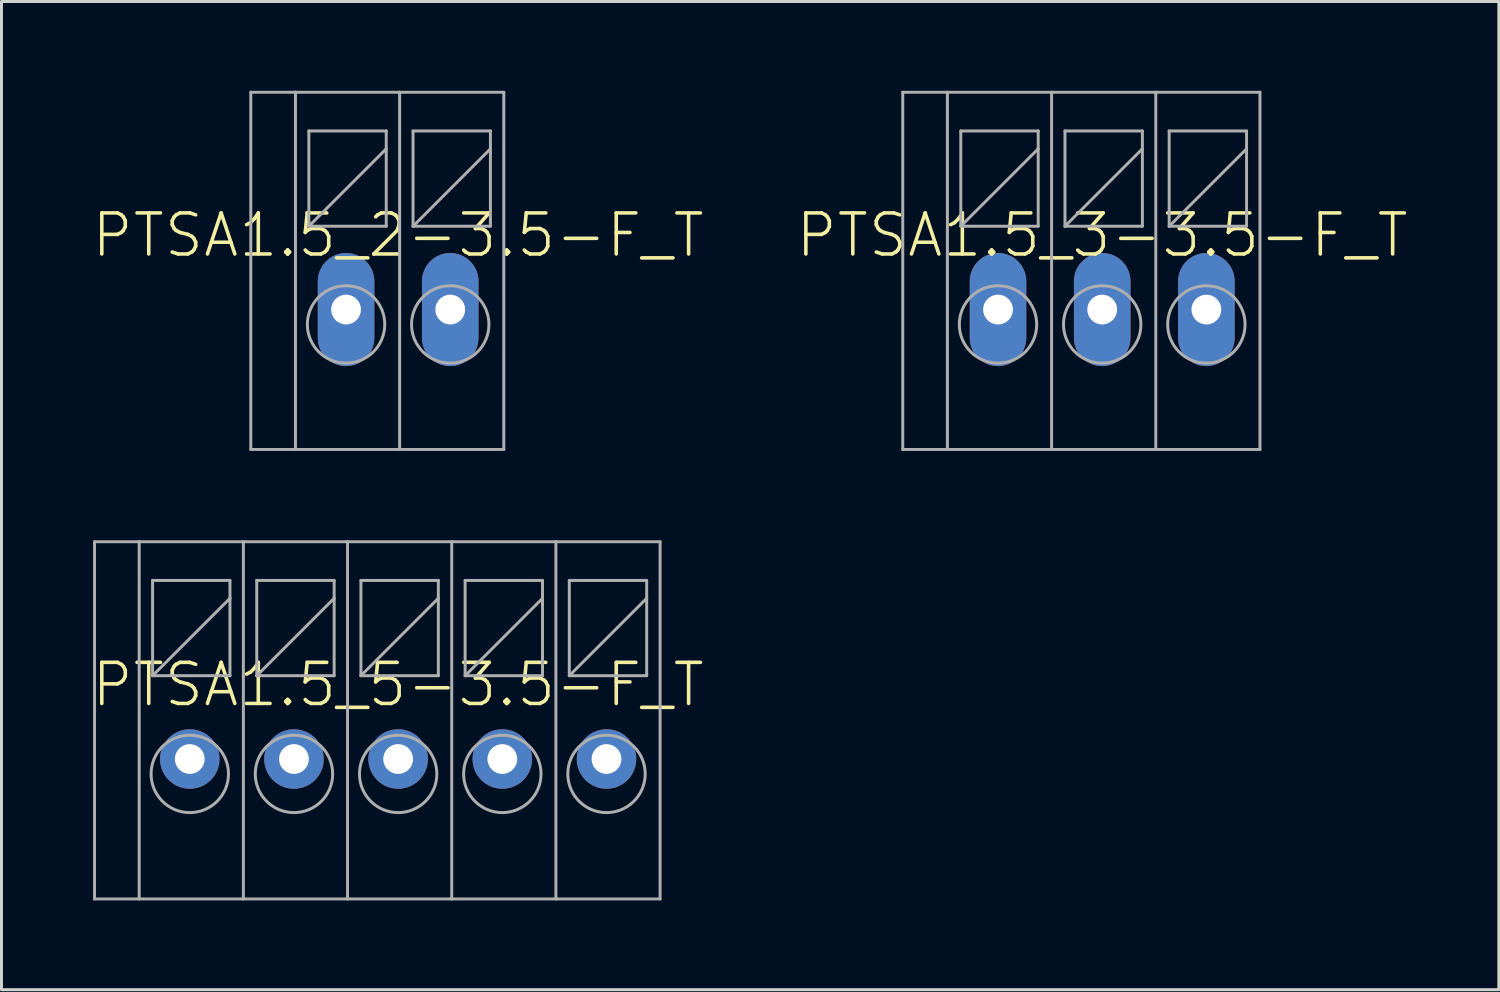
<source format=kicad_pcb>
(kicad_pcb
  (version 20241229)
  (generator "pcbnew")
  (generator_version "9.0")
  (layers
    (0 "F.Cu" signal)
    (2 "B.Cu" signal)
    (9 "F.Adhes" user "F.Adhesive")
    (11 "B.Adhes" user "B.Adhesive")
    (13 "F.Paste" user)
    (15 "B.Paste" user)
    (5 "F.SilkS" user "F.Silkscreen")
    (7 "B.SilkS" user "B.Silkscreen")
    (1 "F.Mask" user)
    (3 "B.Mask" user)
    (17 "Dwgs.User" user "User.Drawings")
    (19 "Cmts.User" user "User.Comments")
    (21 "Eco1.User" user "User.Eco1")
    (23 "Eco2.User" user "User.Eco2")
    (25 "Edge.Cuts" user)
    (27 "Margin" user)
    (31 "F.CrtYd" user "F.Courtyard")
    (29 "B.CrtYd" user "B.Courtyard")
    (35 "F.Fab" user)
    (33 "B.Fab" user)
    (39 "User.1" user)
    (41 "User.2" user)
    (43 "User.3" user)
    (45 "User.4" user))
  (footprint "PTSA1.5_5-3.5-F_T"
    (layer "F.Cu")
    (at 10.326 19.95)
    (property "Reference" "PTSA1.5_5-3.5-F_T" (at 0 0 0) (unlocked yes) (layer "F.SilkS") (effects (font (size 1.38 1.38) (thickness 0.12))))
    (fp_line (start -10.2 -4.8) (end -10.2 7.2) (stroke (width 0.1) (type solid)) (layer "F.Fab"))
    (fp_line (start -10.2 -4.8) (end -8.7 -4.8) (stroke (width 0.1) (type solid)) (layer "F.Fab"))
    (fp_line (start -10.2 7.2) (end -8.7 7.2) (stroke (width 0.1) (type solid)) (layer "F.Fab"))
    (fp_line (start -8.7 -4.8) (end -8.7 7.2) (stroke (width 0.1) (type solid)) (layer "F.Fab"))
    (fp_line (start -8.7 -4.8) (end -5.2 -4.8) (stroke (width 0.1) (type solid)) (layer "F.Fab"))
    (fp_line (start -8.7 7.2) (end -5.2 7.2) (stroke (width 0.1) (type solid)) (layer "F.Fab"))
    (fp_line (start -8.25 -3.5) (end -8.25 -0.3) (stroke (width 0.1) (type solid)) (layer "F.Fab"))
    (fp_line (start -8.25 -0.3) (end -5.65 -2.9) (stroke (width 0.1) (type solid)) (layer "F.Fab"))
    (fp_line (start -8.25 -0.3) (end -5.65 -0.3) (stroke (width 0.1) (type solid)) (layer "F.Fab"))
    (fp_line (start -5.65 -3.5) (end -8.25 -3.5) (stroke (width 0.1) (type solid)) (layer "F.Fab"))
    (fp_line (start -5.65 -2.9) (end -5.65 -3.5) (stroke (width 0.1) (type solid)) (layer "F.Fab"))
    (fp_line (start -5.65 -0.3) (end -5.65 -2.9) (stroke (width 0.1) (type solid)) (layer "F.Fab"))
    (fp_line (start -5.2 -4.8) (end -5.2 7.2) (stroke (width 0.1) (type solid)) (layer "F.Fab"))
    (fp_line (start -5.2 -4.8) (end -1.7 -4.8) (stroke (width 0.1) (type solid)) (layer "F.Fab"))
    (fp_line (start -5.2 7.2) (end -1.7 7.2) (stroke (width 0.1) (type solid)) (layer "F.Fab"))
    (fp_line (start -4.75 -3.5) (end -4.75 -0.3) (stroke (width 0.1) (type solid)) (layer "F.Fab"))
    (fp_line (start -4.75 -0.3) (end -2.15 -2.9) (stroke (width 0.1) (type solid)) (layer "F.Fab"))
    (fp_line (start -4.75 -0.3) (end -2.15 -0.3) (stroke (width 0.1) (type solid)) (layer "F.Fab"))
    (fp_line (start -2.15 -3.5) (end -4.75 -3.5) (stroke (width 0.1) (type solid)) (layer "F.Fab"))
    (fp_line (start -2.15 -2.9) (end -2.15 -3.5) (stroke (width 0.1) (type solid)) (layer "F.Fab"))
    (fp_line (start -2.15 -0.3) (end -2.15 -2.9) (stroke (width 0.1) (type solid)) (layer "F.Fab"))
    (fp_line (start -1.7 -4.8) (end -1.7 7.2) (stroke (width 0.1) (type solid)) (layer "F.Fab"))
    (fp_line (start -1.7 -4.8) (end 1.8 -4.8) (stroke (width 0.1) (type solid)) (layer "F.Fab"))
    (fp_line (start -1.7 7.2) (end 1.8 7.2) (stroke (width 0.1) (type solid)) (layer "F.Fab"))
    (fp_line (start -1.25 -3.5) (end -1.25 -0.3) (stroke (width 0.1) (type solid)) (layer "F.Fab"))
    (fp_line (start -1.25 -0.3) (end 1.35 -2.9) (stroke (width 0.1) (type solid)) (layer "F.Fab"))
    (fp_line (start -1.25 -0.3) (end 1.35 -0.3) (stroke (width 0.1) (type solid)) (layer "F.Fab"))
    (fp_line (start 1.35 -3.5) (end -1.25 -3.5) (stroke (width 0.1) (type solid)) (layer "F.Fab"))
    (fp_line (start 1.35 -2.9) (end 1.35 -3.5) (stroke (width 0.1) (type solid)) (layer "F.Fab"))
    (fp_line (start 1.35 -0.3) (end 1.35 -2.9) (stroke (width 0.1) (type solid)) (layer "F.Fab"))
    (fp_line (start 1.8 -4.8) (end 1.8 7.2) (stroke (width 0.1) (type solid)) (layer "F.Fab"))
    (fp_line (start 1.8 -4.8) (end 5.3 -4.8) (stroke (width 0.1) (type solid)) (layer "F.Fab"))
    (fp_line (start 1.8 7.2) (end 5.3 7.2) (stroke (width 0.1) (type solid)) (layer "F.Fab"))
    (fp_line (start 2.25 -3.5) (end 2.25 -0.3) (stroke (width 0.1) (type solid)) (layer "F.Fab"))
    (fp_line (start 2.25 -0.3) (end 4.85 -2.9) (stroke (width 0.1) (type solid)) (layer "F.Fab"))
    (fp_line (start 2.25 -0.3) (end 4.85 -0.3) (stroke (width 0.1) (type solid)) (layer "F.Fab"))
    (fp_line (start 4.85 -3.5) (end 2.25 -3.5) (stroke (width 0.1) (type solid)) (layer "F.Fab"))
    (fp_line (start 4.85 -2.9) (end 4.85 -3.5) (stroke (width 0.1) (type solid)) (layer "F.Fab"))
    (fp_line (start 4.85 -0.3) (end 4.85 -2.9) (stroke (width 0.1) (type solid)) (layer "F.Fab"))
    (fp_line (start 5.3 -4.8) (end 5.3 7.2) (stroke (width 0.1) (type solid)) (layer "F.Fab"))
    (fp_line (start 5.3 -4.8) (end 8.8 -4.8) (stroke (width 0.1) (type solid)) (layer "F.Fab"))
    (fp_line (start 5.3 7.2) (end 8.8 7.2) (stroke (width 0.1) (type solid)) (layer "F.Fab"))
    (fp_line (start 5.75 -3.5) (end 5.75 -0.3) (stroke (width 0.1) (type solid)) (layer "F.Fab"))
    (fp_line (start 5.75 -0.3) (end 8.35 -2.9) (stroke (width 0.1) (type solid)) (layer "F.Fab"))
    (fp_line (start 5.75 -0.3) (end 8.35 -0.3) (stroke (width 0.1) (type solid)) (layer "F.Fab"))
    (fp_line (start 8.35 -3.5) (end 5.75 -3.5) (stroke (width 0.1) (type solid)) (layer "F.Fab"))
    (fp_line (start 8.35 -2.9) (end 8.35 -3.5) (stroke (width 0.1) (type solid)) (layer "F.Fab"))
    (fp_line (start 8.35 -0.3) (end 8.35 -2.9) (stroke (width 0.1) (type solid)) (layer "F.Fab"))
    (fp_line (start 8.8 -4.8) (end 8.8 7.2) (stroke (width 0.1) (type solid)) (layer "F.Fab"))
    (fp_circle (center -7 3) (end -5.7 3) (stroke (width 0.1) (type solid)) (fill no) (layer "F.Fab"))
    (fp_circle (center -3.5 3) (end -2.2 3) (stroke (width 0.1) (type solid)) (fill no) (layer "F.Fab"))
    (fp_circle (center 0 3) (end 1.3 3) (stroke (width 0.1) (type solid)) (fill no) (layer "F.Fab"))
    (fp_circle (center 3.5 3) (end 4.8 3) (stroke (width 0.1) (type solid)) (fill no) (layer "F.Fab"))
    (fp_circle (center 7 3) (end 8.3 3) (stroke (width 0.1) (type solid)) (fill no) (layer "F.Fab"))
    (pad "1" thru_hole circle (at -7 2.5 90) (size 2 2) (drill 1) (layers "*.Cu" "*.Mask"))
    (pad "2" thru_hole circle (at -3.5 2.5 90) (size 2 2) (drill 1) (layers "*.Cu" "*.Mask"))
    (pad "3" thru_hole circle (at 0 2.5 90) (size 2 2) (drill 1) (layers "*.Cu" "*.Mask"))
    (pad "4" thru_hole circle (at 3.5 2.5 90) (size 2 2) (drill 1) (layers "*.Cu" "*.Mask"))
    (pad "5" thru_hole circle (at 7 2.5 90) (size 2 2) (drill 1) (layers "*.Cu" "*.Mask")))
  (footprint "PTSA1.5_3-3.5-F_T"
    (layer "F.Cu")
    (at 33.979 4.85)
    (property "Reference" "PTSA1.5_3-3.5-F_T" (at 0 0 0) (unlocked yes) (layer "F.SilkS") (effects (font (size 1.38 1.38) (thickness 0.12))))
    (fp_line (start -6.7 -4.8) (end -6.7 7.2) (stroke (width 0.1) (type solid)) (layer "F.Fab"))
    (fp_line (start -6.7 -4.8) (end -5.2 -4.8) (stroke (width 0.1) (type solid)) (layer "F.Fab"))
    (fp_line (start -6.7 7.2) (end -5.2 7.2) (stroke (width 0.1) (type solid)) (layer "F.Fab"))
    (fp_line (start -5.2 -4.8) (end -5.2 7.2) (stroke (width 0.1) (type solid)) (layer "F.Fab"))
    (fp_line (start -5.2 -4.8) (end -1.7 -4.8) (stroke (width 0.1) (type solid)) (layer "F.Fab"))
    (fp_line (start -5.2 7.2) (end -1.7 7.2) (stroke (width 0.1) (type solid)) (layer "F.Fab"))
    (fp_line (start -4.75 -3.5) (end -4.75 -0.3) (stroke (width 0.1) (type solid)) (layer "F.Fab"))
    (fp_line (start -4.75 -0.3) (end -2.15 -2.9) (stroke (width 0.1) (type solid)) (layer "F.Fab"))
    (fp_line (start -4.75 -0.3) (end -2.15 -0.3) (stroke (width 0.1) (type solid)) (layer "F.Fab"))
    (fp_line (start -2.15 -3.5) (end -4.75 -3.5) (stroke (width 0.1) (type solid)) (layer "F.Fab"))
    (fp_line (start -2.15 -2.9) (end -2.15 -3.5) (stroke (width 0.1) (type solid)) (layer "F.Fab"))
    (fp_line (start -2.15 -0.3) (end -2.15 -2.9) (stroke (width 0.1) (type solid)) (layer "F.Fab"))
    (fp_line (start -1.7 -4.8) (end -1.7 7.2) (stroke (width 0.1) (type solid)) (layer "F.Fab"))
    (fp_line (start -1.7 -4.8) (end 1.8 -4.8) (stroke (width 0.1) (type solid)) (layer "F.Fab"))
    (fp_line (start -1.7 7.2) (end 1.8 7.2) (stroke (width 0.1) (type solid)) (layer "F.Fab"))
    (fp_line (start -1.25 -3.5) (end -1.25 -0.3) (stroke (width 0.1) (type solid)) (layer "F.Fab"))
    (fp_line (start -1.25 -0.3) (end 1.35 -2.9) (stroke (width 0.1) (type solid)) (layer "F.Fab"))
    (fp_line (start -1.25 -0.3) (end 1.35 -0.3) (stroke (width 0.1) (type solid)) (layer "F.Fab"))
    (fp_line (start 1.35 -3.5) (end -1.25 -3.5) (stroke (width 0.1) (type solid)) (layer "F.Fab"))
    (fp_line (start 1.35 -2.9) (end 1.35 -3.5) (stroke (width 0.1) (type solid)) (layer "F.Fab"))
    (fp_line (start 1.35 -0.3) (end 1.35 -2.9) (stroke (width 0.1) (type solid)) (layer "F.Fab"))
    (fp_line (start 1.8 -4.8) (end 1.8 7.2) (stroke (width 0.1) (type solid)) (layer "F.Fab"))
    (fp_line (start 1.8 -4.8) (end 5.3 -4.8) (stroke (width 0.1) (type solid)) (layer "F.Fab"))
    (fp_line (start 1.8 7.2) (end 5.3 7.2) (stroke (width 0.1) (type solid)) (layer "F.Fab"))
    (fp_line (start 2.25 -3.5) (end 2.25 -0.3) (stroke (width 0.1) (type solid)) (layer "F.Fab"))
    (fp_line (start 2.25 -0.3) (end 4.85 -2.9) (stroke (width 0.1) (type solid)) (layer "F.Fab"))
    (fp_line (start 2.25 -0.3) (end 4.85 -0.3) (stroke (width 0.1) (type solid)) (layer "F.Fab"))
    (fp_line (start 4.85 -3.5) (end 2.25 -3.5) (stroke (width 0.1) (type solid)) (layer "F.Fab"))
    (fp_line (start 4.85 -2.9) (end 4.85 -3.5) (stroke (width 0.1) (type solid)) (layer "F.Fab"))
    (fp_line (start 4.85 -0.3) (end 4.85 -2.9) (stroke (width 0.1) (type solid)) (layer "F.Fab"))
    (fp_line (start 5.3 -4.8) (end 5.3 7.2) (stroke (width 0.1) (type solid)) (layer "F.Fab"))
    (fp_circle (center -3.5 3) (end -2.2 3) (stroke (width 0.1) (type solid)) (fill no) (layer "F.Fab"))
    (fp_circle (center 0 3) (end 1.3 3) (stroke (width 0.1) (type solid)) (fill no) (layer "F.Fab"))
    (fp_circle (center 3.5 3) (end 4.8 3) (stroke (width 0.1) (type solid)) (fill no) (layer "F.Fab"))
    (pad "1" thru_hole oval (at -3.5 2.5 90) (size 3.8 1.9) (drill 1) (layers "*.Cu" "*.Mask"))
    (pad "2" thru_hole oval (at 0 2.5 90) (size 3.8 1.9) (drill 1) (layers "*.Cu" "*.Mask"))
    (pad "3" thru_hole oval (at 3.5 2.5 90) (size 3.8 1.9) (drill 1) (layers "*.Cu" "*.Mask")))
  (footprint "PTSA1.5_2-3.5-F_T"
    (layer "F.Cu")
    (at 10.326 4.85)
    (property "Reference" "PTSA1.5_2-3.5-F_T" (at 0 0 0) (unlocked yes) (layer "F.SilkS") (effects (font (size 1.38 1.38) (thickness 0.12))))
    (fp_line (start -4.95 -4.8) (end -4.95 7.2) (stroke (width 0.1) (type solid)) (layer "F.Fab"))
    (fp_line (start -4.95 -4.8) (end -3.45 -4.8) (stroke (width 0.1) (type solid)) (layer "F.Fab"))
    (fp_line (start -4.95 7.2) (end -3.45 7.2) (stroke (width 0.1) (type solid)) (layer "F.Fab"))
    (fp_line (start -3.45 -4.8) (end -3.45 7.2) (stroke (width 0.1) (type solid)) (layer "F.Fab"))
    (fp_line (start -3.45 -4.8) (end 0.05 -4.8) (stroke (width 0.1) (type solid)) (layer "F.Fab"))
    (fp_line (start -3.45 7.2) (end 0.05 7.2) (stroke (width 0.1) (type solid)) (layer "F.Fab"))
    (fp_line (start -3 -3.5) (end -3 -0.3) (stroke (width 0.1) (type solid)) (layer "F.Fab"))
    (fp_line (start -3 -0.3) (end -0.4 -2.9) (stroke (width 0.1) (type solid)) (layer "F.Fab"))
    (fp_line (start -3 -0.3) (end -0.4 -0.3) (stroke (width 0.1) (type solid)) (layer "F.Fab"))
    (fp_line (start -0.4 -3.5) (end -3 -3.5) (stroke (width 0.1) (type solid)) (layer "F.Fab"))
    (fp_line (start -0.4 -2.9) (end -0.4 -3.5) (stroke (width 0.1) (type solid)) (layer "F.Fab"))
    (fp_line (start -0.4 -0.3) (end -0.4 -2.9) (stroke (width 0.1) (type solid)) (layer "F.Fab"))
    (fp_line (start 0.05 -4.8) (end 0.05 7.2) (stroke (width 0.1) (type solid)) (layer "F.Fab"))
    (fp_line (start 0.05 -4.8) (end 3.55 -4.8) (stroke (width 0.1) (type solid)) (layer "F.Fab"))
    (fp_line (start 0.05 7.2) (end 3.55 7.2) (stroke (width 0.1) (type solid)) (layer "F.Fab"))
    (fp_line (start 0.5 -3.5) (end 0.5 -0.3) (stroke (width 0.1) (type solid)) (layer "F.Fab"))
    (fp_line (start 0.5 -0.3) (end 3.1 -2.9) (stroke (width 0.1) (type solid)) (layer "F.Fab"))
    (fp_line (start 0.5 -0.3) (end 3.1 -0.3) (stroke (width 0.1) (type solid)) (layer "F.Fab"))
    (fp_line (start 3.1 -3.5) (end 0.5 -3.5) (stroke (width 0.1) (type solid)) (layer "F.Fab"))
    (fp_line (start 3.1 -2.9) (end 3.1 -3.5) (stroke (width 0.1) (type solid)) (layer "F.Fab"))
    (fp_line (start 3.1 -0.3) (end 3.1 -2.9) (stroke (width 0.1) (type solid)) (layer "F.Fab"))
    (fp_line (start 3.55 -4.8) (end 3.55 7.2) (stroke (width 0.1) (type solid)) (layer "F.Fab"))
    (fp_circle (center -1.75 3) (end -0.45 3) (stroke (width 0.1) (type solid)) (fill no) (layer "F.Fab"))
    (fp_circle (center 1.75 3) (end 3.05 3) (stroke (width 0.1) (type solid)) (fill no) (layer "F.Fab"))
    (pad "1" thru_hole oval (at -1.75 2.5 90) (size 3.8 1.9) (drill 1) (layers "*.Cu" "*.Mask"))
    (pad "2" thru_hole oval (at 1.75 2.5 90) (size 3.8 1.9) (drill 1) (layers "*.Cu" "*.Mask")))
  (gr_rect
    (start -3 -3)
    (end 47.305 30.2)
    (stroke (width 0.1) (type default))
    (fill no)
    (layer "Edge.Cuts")))
</source>
